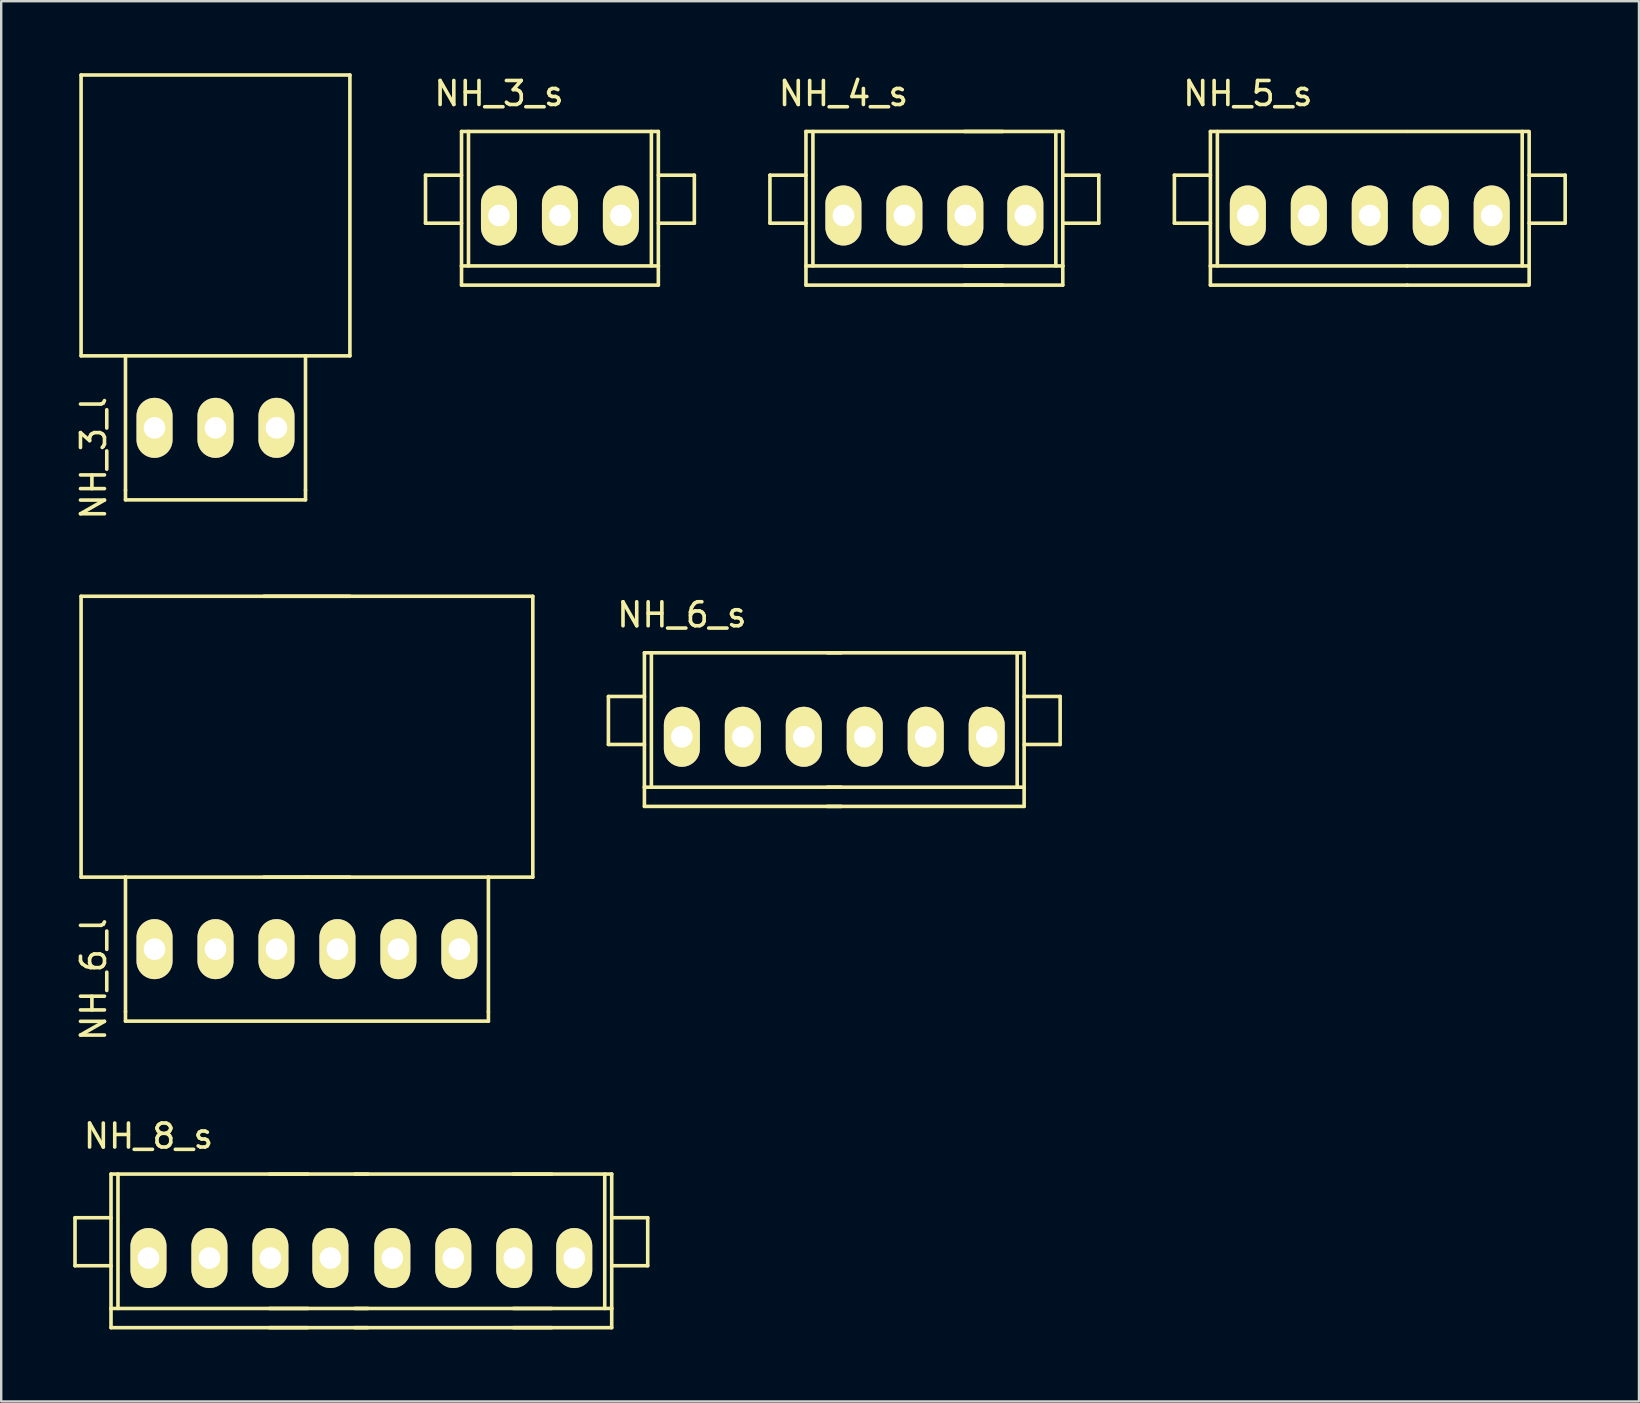
<source format=kicad_pcb>
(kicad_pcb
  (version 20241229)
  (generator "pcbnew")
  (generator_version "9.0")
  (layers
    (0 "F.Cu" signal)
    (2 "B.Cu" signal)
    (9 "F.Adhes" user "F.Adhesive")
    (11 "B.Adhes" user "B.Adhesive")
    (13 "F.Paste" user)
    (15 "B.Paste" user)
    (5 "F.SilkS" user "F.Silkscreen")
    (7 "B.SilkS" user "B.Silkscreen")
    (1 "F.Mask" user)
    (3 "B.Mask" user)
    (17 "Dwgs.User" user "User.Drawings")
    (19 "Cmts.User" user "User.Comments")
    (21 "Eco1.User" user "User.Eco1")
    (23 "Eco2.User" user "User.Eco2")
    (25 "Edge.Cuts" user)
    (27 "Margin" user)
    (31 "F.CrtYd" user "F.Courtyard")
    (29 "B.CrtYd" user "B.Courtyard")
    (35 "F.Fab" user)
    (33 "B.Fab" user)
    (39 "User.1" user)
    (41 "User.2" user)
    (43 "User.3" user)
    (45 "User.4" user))
  (footprint "NH_6_s"
    (layer "F.Cu")
    (at 31.708 27.646)
    (property "Reference" "NH_6_s" (at -6.35 -5.08 0) (layer "F.SilkS") (effects (font (size 1 1) (thickness 0.15))))
    (attr through_hole)
    (fp_line (start -9.41 -1.68) (end -7.91 -1.68) (stroke (width 0.15) (type solid)) (layer "F.SilkS"))
    (fp_line (start -9.41 0.32) (end -9.41 -1.68) (stroke (width 0.15) (type solid)) (layer "F.SilkS"))
    (fp_line (start -7.91 -3.5) (end 0.29 -3.5) (stroke (width 0.15) (type solid)) (layer "F.SilkS"))
    (fp_line (start -7.91 0.32) (end -9.41 0.32) (stroke (width 0.15) (type solid)) (layer "F.SilkS"))
    (fp_line (start -7.91 2.1) (end -7.91 -3.5) (stroke (width 0.15) (type solid)) (layer "F.SilkS"))
    (fp_line (start -7.91 2.1) (end -7.91 2.9) (stroke (width 0.15) (type solid)) (layer "F.SilkS"))
    (fp_line (start -7.91 2.9) (end 0.29 2.9) (stroke (width 0.15) (type solid)) (layer "F.SilkS"))
    (fp_line (start -7.62 2.1) (end -7.62 -3.5) (stroke (width 0.15) (type solid)) (layer "F.SilkS"))
    (fp_line (start -0.29 -3.5) (end 7.91 -3.5) (stroke (width 0.15) (type solid)) (layer "F.SilkS"))
    (fp_line (start -0.29 2.9) (end 7.91 2.9) (stroke (width 0.15) (type solid)) (layer "F.SilkS"))
    (fp_line (start 0.29 2.1) (end -7.91 2.1) (stroke (width 0.15) (type solid)) (layer "F.SilkS"))
    (fp_line (start 7.62 2.1) (end 7.62 -3.5) (stroke (width 0.15) (type solid)) (layer "F.SilkS"))
    (fp_line (start 7.91 -3.5) (end 7.91 2.1) (stroke (width 0.15) (type solid)) (layer "F.SilkS"))
    (fp_line (start 7.91 0.32) (end 9.41 0.32) (stroke (width 0.15) (type solid)) (layer "F.SilkS"))
    (fp_line (start 7.91 2.1) (end -0.29 2.1) (stroke (width 0.15) (type solid)) (layer "F.SilkS"))
    (fp_line (start 7.91 2.9) (end 7.91 2.1) (stroke (width 0.15) (type solid)) (layer "F.SilkS"))
    (fp_line (start 9.41 -1.68) (end 7.91 -1.68) (stroke (width 0.15) (type solid)) (layer "F.SilkS"))
    (fp_line (start 9.41 0.32) (end 9.41 -1.68) (stroke (width 0.15) (type solid)) (layer "F.SilkS"))
    (pad "1" thru_hole oval (at -6.35 0) (size 1.5 2.5) (drill 0.9) (layers "*.Cu" "*.Mask" "F.SilkS"))
    (pad "2" thru_hole oval (at -3.81 0) (size 1.5 2.5) (drill 0.9) (layers "*.Cu" "*.Mask" "F.SilkS"))
    (pad "3" thru_hole oval (at -1.27 0) (size 1.5 2.5) (drill 0.9) (layers "*.Cu" "*.Mask" "F.SilkS"))
    (pad "4" thru_hole oval (at 1.27 0) (size 1.5 2.5) (drill 0.9) (layers "*.Cu" "*.Mask" "F.SilkS"))
    (pad "5" thru_hole oval (at 3.81 0) (size 1.5 2.5) (drill 0.9) (layers "*.Cu" "*.Mask" "F.SilkS"))
    (pad "6" thru_hole oval (at 6.35 0) (size 1.5 2.5) (drill 0.9) (layers "*.Cu" "*.Mask" "F.SilkS")))
  (footprint "NH_3_l"
    (layer "F.Cu")
    (at 5.928 14.775)
    (property "Reference" "NH_3_l" (at -5.08 1.27 90) (layer "F.SilkS") (effects (font (size 1 1) (thickness 0.15))))
    (attr through_hole)
    (fp_line (start -5.6 -14.7) (end -5.6 -3) (stroke (width 0.15) (type solid)) (layer "F.SilkS"))
    (fp_line (start -5.6 -3) (end -3.75 -3) (stroke (width 0.15) (type solid)) (layer "F.SilkS"))
    (fp_line (start -3.75 -3) (end 3.75 -3) (stroke (width 0.15) (type solid)) (layer "F.SilkS"))
    (fp_line (start -3.75 2.6) (end -3.75 -3) (stroke (width 0.15) (type solid)) (layer "F.SilkS"))
    (fp_line (start -3.75 2.6) (end -3.75 3) (stroke (width 0.15) (type solid)) (layer "F.SilkS"))
    (fp_line (start -3.75 3) (end 3.75 3) (stroke (width 0.15) (type solid)) (layer "F.SilkS"))
    (fp_line (start 3.75 -3) (end 3.75 2.6) (stroke (width 0.15) (type solid)) (layer "F.SilkS"))
    (fp_line (start 3.75 -3) (end 5.6 -3) (stroke (width 0.15) (type solid)) (layer "F.SilkS"))
    (fp_line (start 3.75 3) (end 3.75 2.6) (stroke (width 0.15) (type solid)) (layer "F.SilkS"))
    (fp_line (start 5.6 -14.7) (end -5.6 -14.7) (stroke (width 0.15) (type solid)) (layer "F.SilkS"))
    (fp_line (start 5.6 -3) (end 5.6 -14.7) (stroke (width 0.15) (type solid)) (layer "F.SilkS"))
    (pad "1" thru_hole oval (at -2.54 0) (size 1.5 2.5) (drill 0.9) (layers "*.Cu" "*.Mask" "F.SilkS"))
    (pad "2" thru_hole oval (at 0 0) (size 1.5 2.5) (drill 0.9) (layers "*.Cu" "*.Mask" "F.SilkS"))
    (pad "3" thru_hole oval (at 2.54 0) (size 1.5 2.5) (drill 0.9) (layers "*.Cu" "*.Mask" "F.SilkS")))
  (footprint "NH_6_l"
    (layer "F.Cu")
    (at 9.738 36.493)
    (property "Reference" "NH_6_l" (at -8.89 1.27 90) (layer "F.SilkS") (effects (font (size 1 1) (thickness 0.15))))
    (attr through_hole)
    (fp_line (start -9.41 -14.7) (end -9.41 -3) (stroke (width 0.15) (type solid)) (layer "F.SilkS"))
    (fp_line (start -9.41 -3) (end -7.56 -3) (stroke (width 0.15) (type solid)) (layer "F.SilkS"))
    (fp_line (start -7.56 -3) (end -0.06 -3) (stroke (width 0.15) (type solid)) (layer "F.SilkS"))
    (fp_line (start -7.56 2.6) (end -7.56 -3) (stroke (width 0.15) (type solid)) (layer "F.SilkS"))
    (fp_line (start -7.56 2.6) (end -7.56 3) (stroke (width 0.15) (type solid)) (layer "F.SilkS"))
    (fp_line (start -7.56 3) (end 7.56 3) (stroke (width 0.15) (type solid)) (layer "F.SilkS"))
    (fp_line (start -1.79 -3) (end 0.06 -3) (stroke (width 0.15) (type solid)) (layer "F.SilkS"))
    (fp_line (start -0.06 -3) (end 1.79 -3) (stroke (width 0.15) (type solid)) (layer "F.SilkS"))
    (fp_line (start 0.06 -3) (end 7.56 -3) (stroke (width 0.15) (type solid)) (layer "F.SilkS"))
    (fp_line (start 1.79 -14.7) (end -9.41 -14.7) (stroke (width 0.15) (type solid)) (layer "F.SilkS"))
    (fp_line (start 7.56 -3) (end 7.56 2.6) (stroke (width 0.15) (type solid)) (layer "F.SilkS"))
    (fp_line (start 7.56 -3) (end 9.41 -3) (stroke (width 0.15) (type solid)) (layer "F.SilkS"))
    (fp_line (start 7.56 3) (end 7.56 2.6) (stroke (width 0.15) (type solid)) (layer "F.SilkS"))
    (fp_line (start 9.41 -14.7) (end -1.79 -14.7) (stroke (width 0.15) (type solid)) (layer "F.SilkS"))
    (fp_line (start 9.41 -3) (end 9.41 -14.7) (stroke (width 0.15) (type solid)) (layer "F.SilkS"))
    (pad "1" thru_hole oval (at -6.35 0) (size 1.5 2.5) (drill 0.9) (layers "*.Cu" "*.Mask" "F.SilkS"))
    (pad "2" thru_hole oval (at -3.81 0) (size 1.5 2.5) (drill 0.9) (layers "*.Cu" "*.Mask" "F.SilkS"))
    (pad "3" thru_hole oval (at -1.27 0) (size 1.5 2.5) (drill 0.9) (layers "*.Cu" "*.Mask" "F.SilkS"))
    (pad "4" thru_hole oval (at 1.27 0) (size 1.5 2.5) (drill 0.9) (layers "*.Cu" "*.Mask" "F.SilkS"))
    (pad "5" thru_hole oval (at 3.81 0) (size 1.5 2.5) (drill 0.9) (layers "*.Cu" "*.Mask" "F.SilkS"))
    (pad "6" thru_hole oval (at 6.35 0) (size 1.5 2.5) (drill 0.9) (layers "*.Cu" "*.Mask" "F.SilkS")))
  (footprint "NH_3_s"
    (layer "F.Cu")
    (at 20.278 5.928)
    (property "Reference" "NH_3_s" (at -2.54 -5.08 0) (layer "F.SilkS") (effects (font (size 1 1) (thickness 0.15))))
    (attr through_hole)
    (fp_line (start -5.6 -1.68) (end -4.1 -1.68) (stroke (width 0.15) (type solid)) (layer "F.SilkS"))
    (fp_line (start -5.6 0.32) (end -5.6 -1.68) (stroke (width 0.15) (type solid)) (layer "F.SilkS"))
    (fp_line (start -4.1 -3.5) (end 4.1 -3.5) (stroke (width 0.15) (type solid)) (layer "F.SilkS"))
    (fp_line (start -4.1 0.32) (end -5.6 0.32) (stroke (width 0.15) (type solid)) (layer "F.SilkS"))
    (fp_line (start -4.1 2.1) (end -4.1 -3.5) (stroke (width 0.15) (type solid)) (layer "F.SilkS"))
    (fp_line (start -4.1 2.1) (end -4.1 2.9) (stroke (width 0.15) (type solid)) (layer "F.SilkS"))
    (fp_line (start -4.1 2.9) (end 4.1 2.9) (stroke (width 0.15) (type solid)) (layer "F.SilkS"))
    (fp_line (start -3.81 2.1) (end -3.81 -3.5) (stroke (width 0.15) (type solid)) (layer "F.SilkS"))
    (fp_line (start 3.81 2.1) (end 3.81 -3.5) (stroke (width 0.15) (type solid)) (layer "F.SilkS"))
    (fp_line (start 4.1 -3.5) (end 4.1 2.1) (stroke (width 0.15) (type solid)) (layer "F.SilkS"))
    (fp_line (start 4.1 0.32) (end 5.6 0.32) (stroke (width 0.15) (type solid)) (layer "F.SilkS"))
    (fp_line (start 4.1 2.1) (end -4.1 2.1) (stroke (width 0.15) (type solid)) (layer "F.SilkS"))
    (fp_line (start 4.1 2.9) (end 4.1 2.1) (stroke (width 0.15) (type solid)) (layer "F.SilkS"))
    (fp_line (start 5.6 -1.68) (end 4.1 -1.68) (stroke (width 0.15) (type solid)) (layer "F.SilkS"))
    (fp_line (start 5.6 0.32) (end 5.6 -1.68) (stroke (width 0.15) (type solid)) (layer "F.SilkS"))
    (pad "1" thru_hole oval (at -2.54 0) (size 1.5 2.5) (drill 0.9) (layers "*.Cu" "*.Mask" "F.SilkS"))
    (pad "2" thru_hole oval (at 0 0) (size 1.5 2.5) (drill 0.9) (layers "*.Cu" "*.Mask" "F.SilkS"))
    (pad "3" thru_hole oval (at 2.54 0) (size 1.5 2.5) (drill 0.9) (layers "*.Cu" "*.Mask" "F.SilkS")))
  (footprint "NH_4_s"
    (layer "F.Cu")
    (at 35.878 5.928)
    (property "Reference" "NH_4_s" (at -3.79 -5.08 0) (layer "F.SilkS") (effects (font (size 1 1) (thickness 0.15))))
    (attr through_hole)
    (fp_line (start -6.85 -1.68) (end -5.35 -1.68) (stroke (width 0.15) (type solid)) (layer "F.SilkS"))
    (fp_line (start -6.85 0.32) (end -6.85 -1.68) (stroke (width 0.15) (type solid)) (layer "F.SilkS"))
    (fp_line (start -5.35 -3.5) (end 2.85 -3.5) (stroke (width 0.15) (type solid)) (layer "F.SilkS"))
    (fp_line (start -5.35 0.32) (end -6.85 0.32) (stroke (width 0.15) (type solid)) (layer "F.SilkS"))
    (fp_line (start -5.35 2.1) (end -5.35 -3.5) (stroke (width 0.15) (type solid)) (layer "F.SilkS"))
    (fp_line (start -5.35 2.1) (end -5.35 2.9) (stroke (width 0.15) (type solid)) (layer "F.SilkS"))
    (fp_line (start -5.35 2.9) (end 2.85 2.9) (stroke (width 0.15) (type solid)) (layer "F.SilkS"))
    (fp_line (start -5.06 2.1) (end -5.06 -3.5) (stroke (width 0.15) (type solid)) (layer "F.SilkS"))
    (fp_line (start 1.25 -3.5) (end 5.35 -3.5) (stroke (width 0.15) (type solid)) (layer "F.SilkS"))
    (fp_line (start 1.25 2.9) (end 5.35 2.9) (stroke (width 0.15) (type solid)) (layer "F.SilkS"))
    (fp_line (start 2.85 2.1) (end -5.35 2.1) (stroke (width 0.15) (type solid)) (layer "F.SilkS"))
    (fp_line (start 5.06 2.1) (end 5.06 -3.5) (stroke (width 0.15) (type solid)) (layer "F.SilkS"))
    (fp_line (start 5.35 -3.5) (end 5.35 2.1) (stroke (width 0.15) (type solid)) (layer "F.SilkS"))
    (fp_line (start 5.35 0.32) (end 6.85 0.32) (stroke (width 0.15) (type solid)) (layer "F.SilkS"))
    (fp_line (start 5.35 2.1) (end 1.25 2.1) (stroke (width 0.15) (type solid)) (layer "F.SilkS"))
    (fp_line (start 5.35 2.9) (end 5.35 2.1) (stroke (width 0.15) (type solid)) (layer "F.SilkS"))
    (fp_line (start 6.85 -1.68) (end 5.35 -1.68) (stroke (width 0.15) (type solid)) (layer "F.SilkS"))
    (fp_line (start 6.85 0.32) (end 6.85 -1.68) (stroke (width 0.15) (type solid)) (layer "F.SilkS"))
    (pad "1" thru_hole oval (at -3.79 0) (size 1.5 2.5) (drill 0.9) (layers "*.Cu" "*.Mask" "F.SilkS"))
    (pad "2" thru_hole oval (at -1.25 0) (size 1.5 2.5) (drill 0.9) (layers "*.Cu" "*.Mask" "F.SilkS"))
    (pad "3" thru_hole oval (at 1.29 0) (size 1.5 2.5) (drill 0.9) (layers "*.Cu" "*.Mask" "F.SilkS"))
    (pad "4" thru_hole oval (at 3.79 0) (size 1.5 2.5) (drill 0.9) (layers "*.Cu" "*.Mask" "F.SilkS")))
  (footprint "NH_5_s"
    (layer "F.Cu")
    (at 54.018 5.928)
    (property "Reference" "NH_5_s" (at -5.08 -5.08 0) (layer "F.SilkS") (effects (font (size 1 1) (thickness 0.15))))
    (attr through_hole)
    (fp_line (start -8.14 -1.68) (end -6.64 -1.68) (stroke (width 0.15) (type solid)) (layer "F.SilkS"))
    (fp_line (start -8.14 0.32) (end -8.14 -1.68) (stroke (width 0.15) (type solid)) (layer "F.SilkS"))
    (fp_line (start -6.64 -3.5) (end 1.56 -3.5) (stroke (width 0.15) (type solid)) (layer "F.SilkS"))
    (fp_line (start -6.64 0.32) (end -8.14 0.32) (stroke (width 0.15) (type solid)) (layer "F.SilkS"))
    (fp_line (start -6.64 2.1) (end -6.64 -3.5) (stroke (width 0.15) (type solid)) (layer "F.SilkS"))
    (fp_line (start -6.64 2.1) (end -6.64 2.9) (stroke (width 0.15) (type solid)) (layer "F.SilkS"))
    (fp_line (start -6.64 2.9) (end 1.56 2.9) (stroke (width 0.15) (type solid)) (layer "F.SilkS"))
    (fp_line (start -6.35 2.1) (end -6.35 -3.5) (stroke (width 0.15) (type solid)) (layer "F.SilkS"))
    (fp_line (start 1.55 2.1) (end 6.6 2.1) (stroke (width 0.15) (type solid)) (layer "F.SilkS"))
    (fp_line (start 1.55 2.9) (end 6.6 2.9) (stroke (width 0.15) (type solid)) (layer "F.SilkS"))
    (fp_line (start 1.56 2.1) (end -6.64 2.1) (stroke (width 0.15) (type solid)) (layer "F.SilkS"))
    (fp_line (start 1.6 -3.5) (end 6.6 -3.5) (stroke (width 0.15) (type solid)) (layer "F.SilkS"))
    (fp_line (start 6.35 2.1) (end 6.35 -3.5) (stroke (width 0.15) (type solid)) (layer "F.SilkS"))
    (fp_line (start 6.64 -3.5) (end 6.64 2.1) (stroke (width 0.15) (type solid)) (layer "F.SilkS"))
    (fp_line (start 6.64 0.32) (end 8.14 0.32) (stroke (width 0.15) (type solid)) (layer "F.SilkS"))
    (fp_line (start 6.64 2.9) (end 6.64 2.1) (stroke (width 0.15) (type solid)) (layer "F.SilkS"))
    (fp_line (start 8.14 -1.68) (end 6.64 -1.68) (stroke (width 0.15) (type solid)) (layer "F.SilkS"))
    (fp_line (start 8.14 0.32) (end 8.14 -1.68) (stroke (width 0.15) (type solid)) (layer "F.SilkS"))
    (pad "1" thru_hole oval (at -5.08 0) (size 1.5 2.5) (drill 0.9) (layers "*.Cu" "*.Mask" "F.SilkS"))
    (pad "2" thru_hole oval (at -2.54 0) (size 1.5 2.5) (drill 0.9) (layers "*.Cu" "*.Mask" "F.SilkS"))
    (pad "3" thru_hole oval (at 0 0) (size 1.5 2.5) (drill 0.9) (layers "*.Cu" "*.Mask" "F.SilkS"))
    (pad "4" thru_hole oval (at 2.54 0) (size 1.5 2.5) (drill 0.9) (layers "*.Cu" "*.Mask" "F.SilkS"))
    (pad "5" thru_hole oval (at 5.08 0) (size 1.5 2.5) (drill 0.9) (layers "*.Cu" "*.Mask" "F.SilkS")))
  (footprint "NH_8_s"
    (layer "F.Cu")
    (at 12.005 49.363)
    (property "Reference" "NH_8_s" (at -8.87 -5.08 0) (layer "F.SilkS") (effects (font (size 1 1) (thickness 0.15))))
    (attr through_hole)
    (fp_line (start -11.93 -1.68) (end -10.43 -1.68) (stroke (width 0.15) (type solid)) (layer "F.SilkS"))
    (fp_line (start -11.93 0.32) (end -11.93 -1.68) (stroke (width 0.15) (type solid)) (layer "F.SilkS"))
    (fp_line (start -10.43 -3.5) (end -2.23 -3.5) (stroke (width 0.15) (type solid)) (layer "F.SilkS"))
    (fp_line (start -10.43 0.32) (end -11.93 0.32) (stroke (width 0.15) (type solid)) (layer "F.SilkS"))
    (fp_line (start -10.43 2.1) (end -10.43 -3.5) (stroke (width 0.15) (type solid)) (layer "F.SilkS"))
    (fp_line (start -10.43 2.1) (end -10.43 2.9) (stroke (width 0.15) (type solid)) (layer "F.SilkS"))
    (fp_line (start -10.43 2.9) (end -2.23 2.9) (stroke (width 0.15) (type solid)) (layer "F.SilkS"))
    (fp_line (start -10.14 2.1) (end -10.14 -3.5) (stroke (width 0.15) (type solid)) (layer "F.SilkS"))
    (fp_line (start -3.83 -3.5) (end 0.27 -3.5) (stroke (width 0.15) (type solid)) (layer "F.SilkS"))
    (fp_line (start -3.83 2.9) (end 0.27 2.9) (stroke (width 0.15) (type solid)) (layer "F.SilkS"))
    (fp_line (start -2.23 2.1) (end -10.43 2.1) (stroke (width 0.15) (type solid)) (layer "F.SilkS"))
    (fp_line (start -0.27 -3.5) (end 7.93 -3.5) (stroke (width 0.15) (type solid)) (layer "F.SilkS"))
    (fp_line (start -0.27 2.9) (end 7.93 2.9) (stroke (width 0.15) (type solid)) (layer "F.SilkS"))
    (fp_line (start 0.27 2.1) (end -3.83 2.1) (stroke (width 0.15) (type solid)) (layer "F.SilkS"))
    (fp_line (start 6.33 -3.5) (end 10.43 -3.5) (stroke (width 0.15) (type solid)) (layer "F.SilkS"))
    (fp_line (start 6.33 2.9) (end 10.43 2.9) (stroke (width 0.15) (type solid)) (layer "F.SilkS"))
    (fp_line (start 7.93 2.1) (end -0.27 2.1) (stroke (width 0.15) (type solid)) (layer "F.SilkS"))
    (fp_line (start 10.14 2.1) (end 10.14 -3.5) (stroke (width 0.15) (type solid)) (layer "F.SilkS"))
    (fp_line (start 10.43 -3.5) (end 10.43 2.1) (stroke (width 0.15) (type solid)) (layer "F.SilkS"))
    (fp_line (start 10.43 0.32) (end 11.93 0.32) (stroke (width 0.15) (type solid)) (layer "F.SilkS"))
    (fp_line (start 10.43 2.1) (end 6.33 2.1) (stroke (width 0.15) (type solid)) (layer "F.SilkS"))
    (fp_line (start 10.43 2.9) (end 10.43 2.1) (stroke (width 0.15) (type solid)) (layer "F.SilkS"))
    (fp_line (start 11.93 -1.68) (end 10.43 -1.68) (stroke (width 0.15) (type solid)) (layer "F.SilkS"))
    (fp_line (start 11.93 0.32) (end 11.93 -1.68) (stroke (width 0.15) (type solid)) (layer "F.SilkS"))
    (pad "1" thru_hole oval (at -8.87 0) (size 1.5 2.5) (drill 0.9) (layers "*.Cu" "*.Mask" "F.SilkS"))
    (pad "2" thru_hole oval (at -6.33 0) (size 1.5 2.5) (drill 0.9) (layers "*.Cu" "*.Mask" "F.SilkS"))
    (pad "3" thru_hole oval (at -3.79 0) (size 1.5 2.5) (drill 0.9) (layers "*.Cu" "*.Mask" "F.SilkS"))
    (pad "4" thru_hole oval (at -1.29 0) (size 1.5 2.5) (drill 0.9) (layers "*.Cu" "*.Mask" "F.SilkS"))
    (pad "5" thru_hole oval (at 1.29 0) (size 1.5 2.5) (drill 0.9) (layers "*.Cu" "*.Mask" "F.SilkS"))
    (pad "6" thru_hole oval (at 3.83 0) (size 1.5 2.5) (drill 0.9) (layers "*.Cu" "*.Mask" "F.SilkS"))
    (pad "7" thru_hole oval (at 6.37 0) (size 1.5 2.5) (drill 0.9) (layers "*.Cu" "*.Mask" "F.SilkS"))
    (pad "8" thru_hole oval (at 8.87 0) (size 1.5 2.5) (drill 0.9) (layers "*.Cu" "*.Mask" "F.SilkS")))
  (gr_rect
    (start -3 -3)
    (end 65.233 55.338)
    (stroke (width 0.1) (type default))
    (fill no)
    (layer "Edge.Cuts")))
</source>
